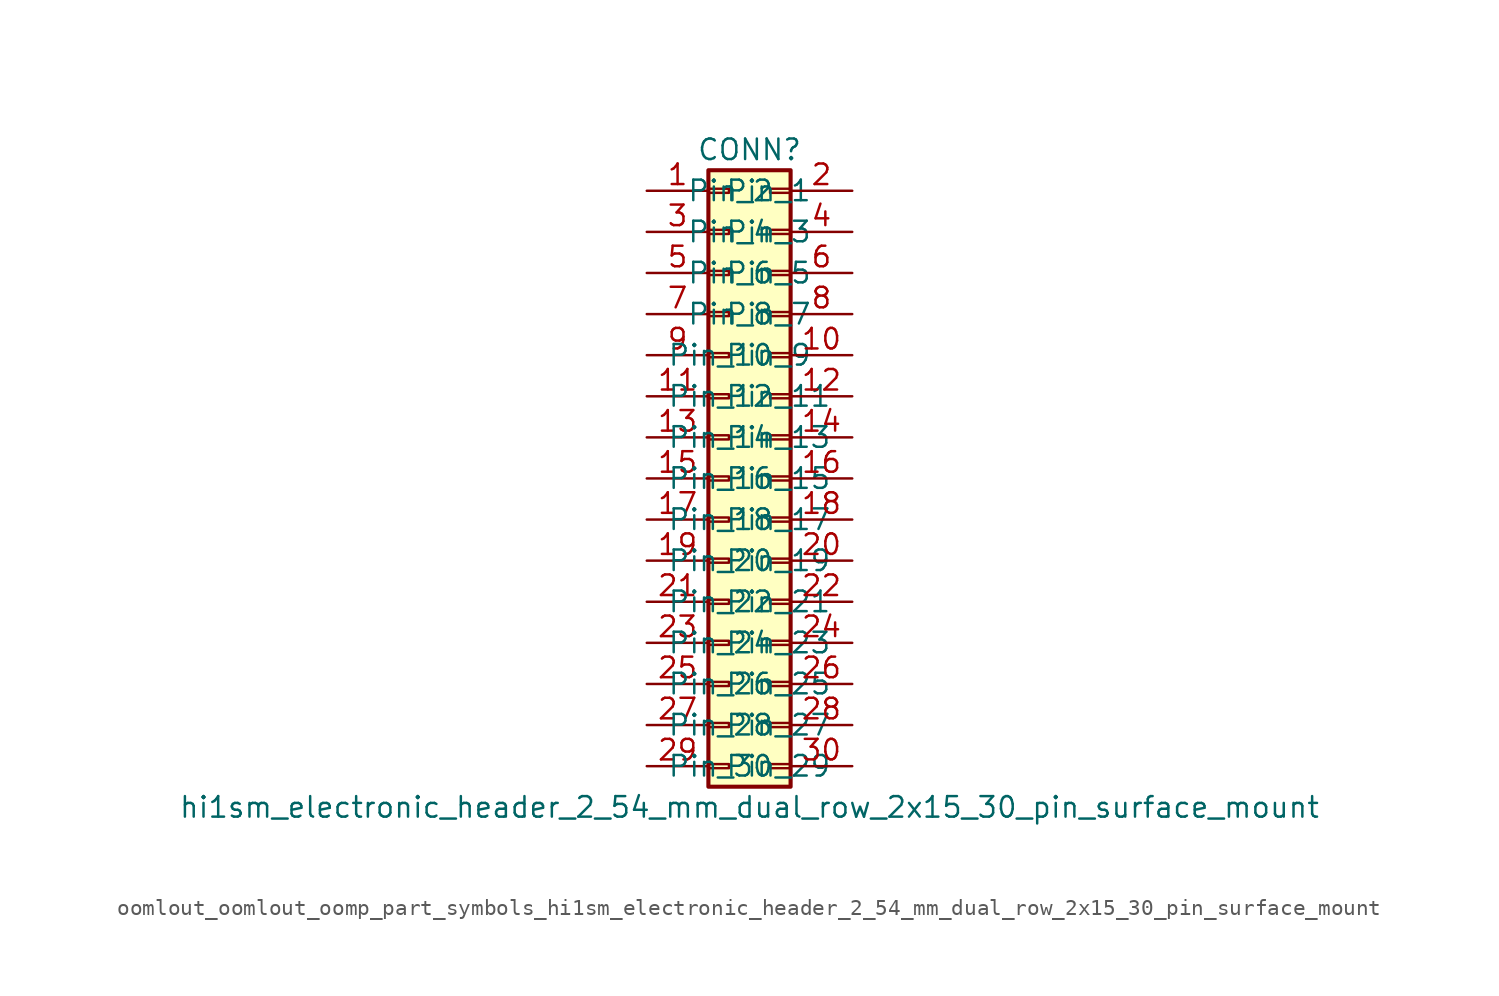
<source format=kicad_sym>
(kicad_symbol_lib
  (version 20220914)
  (generator kicad_symbol_editor)
  (symbol "oomlout_oomlout_oomp_part_symbols_hi1sm_electronic_header_2_54_mm_dual_row_2x15_30_pin_surface_mount"
    (pin_names
      (offset 1.016))
    (property "Reference" "CONN"
      (at 1.27 20.32 0)
      (effects (font (size 1.27 1.27))))
    (property "Value" "hi1sm_electronic_header_2_54_mm_dual_row_2x15_30_pin_surface_mount"
      (at 1.27 -20.32 0)
      (effects (font (size 1.27 1.27))))
    (symbol "oomlout_oomlout_oomp_part_symbols_hi1sm_electronic_header_2_54_mm_dual_row_2x15_30_pin_surface_mount_1_1"
      (rectangle (start -1.27 -17.653) (end 0 -17.907) (stroke (width 0.152) (type default)) (fill (type none)))
      (rectangle (start -1.27 -15.113) (end 0 -15.367) (stroke (width 0.152) (type default)) (fill (type none)))
      (rectangle (start -1.27 -12.573) (end 0 -12.827) (stroke (width 0.152) (type default)) (fill (type none)))
      (rectangle (start -1.27 -10.033) (end 0 -10.287) (stroke (width 0.152) (type default)) (fill (type none)))
      (rectangle (start -1.27 -7.493) (end 0 -7.747) (stroke (width 0.152) (type default)) (fill (type none)))
      (rectangle (start -1.27 -4.953) (end 0 -5.207) (stroke (width 0.152) (type default)) (fill (type none)))
      (rectangle (start -1.27 -2.413) (end 0 -2.667) (stroke (width 0.152) (type default)) (fill (type none)))
      (rectangle (start -1.27 0.127) (end 0 -0.127) (stroke (width 0.152) (type default)) (fill (type none)))
      (rectangle (start -1.27 2.667) (end 0 2.413) (stroke (width 0.152) (type default)) (fill (type none)))
      (rectangle (start -1.27 5.207) (end 0 4.953) (stroke (width 0.152) (type default)) (fill (type none)))
      (rectangle (start -1.27 7.747) (end 0 7.493) (stroke (width 0.152) (type default)) (fill (type none)))
      (rectangle (start -1.27 10.287) (end 0 10.033) (stroke (width 0.152) (type default)) (fill (type none)))
      (rectangle (start -1.27 12.827) (end 0 12.573) (stroke (width 0.152) (type default)) (fill (type none)))
      (rectangle (start -1.27 15.367) (end 0 15.113) (stroke (width 0.152) (type default)) (fill (type none)))
      (rectangle (start -1.27 17.907) (end 0 17.653) (stroke (width 0.152) (type default)) (fill (type none)))
      (rectangle (start -1.27 19.05) (end 3.81 -19.05) (stroke (width 0.254) (type default)) (fill (type background)))
      (rectangle (start 3.81 -17.653) (end 2.54 -17.907) (stroke (width 0.152) (type default)) (fill (type none)))
      (rectangle (start 3.81 -15.113) (end 2.54 -15.367) (stroke (width 0.152) (type default)) (fill (type none)))
      (rectangle (start 3.81 -12.573) (end 2.54 -12.827) (stroke (width 0.152) (type default)) (fill (type none)))
      (rectangle (start 3.81 -10.033) (end 2.54 -10.287) (stroke (width 0.152) (type default)) (fill (type none)))
      (rectangle (start 3.81 -7.493) (end 2.54 -7.747) (stroke (width 0.152) (type default)) (fill (type none)))
      (rectangle (start 3.81 -4.953) (end 2.54 -5.207) (stroke (width 0.152) (type default)) (fill (type none)))
      (rectangle (start 3.81 -2.413) (end 2.54 -2.667) (stroke (width 0.152) (type default)) (fill (type none)))
      (rectangle (start 3.81 0.127) (end 2.54 -0.127) (stroke (width 0.152) (type default)) (fill (type none)))
      (rectangle (start 3.81 2.667) (end 2.54 2.413) (stroke (width 0.152) (type default)) (fill (type none)))
      (rectangle (start 3.81 5.207) (end 2.54 4.953) (stroke (width 0.152) (type default)) (fill (type none)))
      (rectangle (start 3.81 7.747) (end 2.54 7.493) (stroke (width 0.152) (type default)) (fill (type none)))
      (rectangle (start 3.81 10.287) (end 2.54 10.033) (stroke (width 0.152) (type default)) (fill (type none)))
      (rectangle (start 3.81 12.827) (end 2.54 12.573) (stroke (width 0.152) (type default)) (fill (type none)))
      (rectangle (start 3.81 15.367) (end 2.54 15.113) (stroke (width 0.152) (type default)) (fill (type none)))
      (rectangle (start 3.81 17.907) (end 2.54 17.653) (stroke (width 0.152) (type default)) (fill (type none)))
      (pin passive line (at -5.08 17.78 0) (length 3.81) (name "Pin_1" (effects (font (size 1.27 1.27)))) (number "1" (effects (font (size 1.27 1.27)))))
      (pin passive line (at 7.62 7.62 180) (length 3.81) (name "Pin_10" (effects (font (size 1.27 1.27)))) (number "10" (effects (font (size 1.27 1.27)))))
      (pin passive line (at -5.08 5.08 0) (length 3.81) (name "Pin_11" (effects (font (size 1.27 1.27)))) (number "11" (effects (font (size 1.27 1.27)))))
      (pin passive line (at 7.62 5.08 180) (length 3.81) (name "Pin_12" (effects (font (size 1.27 1.27)))) (number "12" (effects (font (size 1.27 1.27)))))
      (pin passive line (at -5.08 2.54 0) (length 3.81) (name "Pin_13" (effects (font (size 1.27 1.27)))) (number "13" (effects (font (size 1.27 1.27)))))
      (pin passive line (at 7.62 2.54 180) (length 3.81) (name "Pin_14" (effects (font (size 1.27 1.27)))) (number "14" (effects (font (size 1.27 1.27)))))
      (pin passive line (at -5.08 0 0) (length 3.81) (name "Pin_15" (effects (font (size 1.27 1.27)))) (number "15" (effects (font (size 1.27 1.27)))))
      (pin passive line (at 7.62 0 180) (length 3.81) (name "Pin_16" (effects (font (size 1.27 1.27)))) (number "16" (effects (font (size 1.27 1.27)))))
      (pin passive line (at -5.08 -2.54 0) (length 3.81) (name "Pin_17" (effects (font (size 1.27 1.27)))) (number "17" (effects (font (size 1.27 1.27)))))
      (pin passive line (at 7.62 -2.54 180) (length 3.81) (name "Pin_18" (effects (font (size 1.27 1.27)))) (number "18" (effects (font (size 1.27 1.27)))))
      (pin passive line (at -5.08 -5.08 0) (length 3.81) (name "Pin_19" (effects (font (size 1.27 1.27)))) (number "19" (effects (font (size 1.27 1.27)))))
      (pin passive line (at 7.62 17.78 180) (length 3.81) (name "Pin_2" (effects (font (size 1.27 1.27)))) (number "2" (effects (font (size 1.27 1.27)))))
      (pin passive line (at 7.62 -5.08 180) (length 3.81) (name "Pin_20" (effects (font (size 1.27 1.27)))) (number "20" (effects (font (size 1.27 1.27)))))
      (pin passive line (at -5.08 -7.62 0) (length 3.81) (name "Pin_21" (effects (font (size 1.27 1.27)))) (number "21" (effects (font (size 1.27 1.27)))))
      (pin passive line (at 7.62 -7.62 180) (length 3.81) (name "Pin_22" (effects (font (size 1.27 1.27)))) (number "22" (effects (font (size 1.27 1.27)))))
      (pin passive line (at -5.08 -10.16 0) (length 3.81) (name "Pin_23" (effects (font (size 1.27 1.27)))) (number "23" (effects (font (size 1.27 1.27)))))
      (pin passive line (at 7.62 -10.16 180) (length 3.81) (name "Pin_24" (effects (font (size 1.27 1.27)))) (number "24" (effects (font (size 1.27 1.27)))))
      (pin passive line (at -5.08 -12.7 0) (length 3.81) (name "Pin_25" (effects (font (size 1.27 1.27)))) (number "25" (effects (font (size 1.27 1.27)))))
      (pin passive line (at 7.62 -12.7 180) (length 3.81) (name "Pin_26" (effects (font (size 1.27 1.27)))) (number "26" (effects (font (size 1.27 1.27)))))
      (pin passive line (at -5.08 -15.24 0) (length 3.81) (name "Pin_27" (effects (font (size 1.27 1.27)))) (number "27" (effects (font (size 1.27 1.27)))))
      (pin passive line (at 7.62 -15.24 180) (length 3.81) (name "Pin_28" (effects (font (size 1.27 1.27)))) (number "28" (effects (font (size 1.27 1.27)))))
      (pin passive line (at -5.08 -17.78 0) (length 3.81) (name "Pin_29" (effects (font (size 1.27 1.27)))) (number "29" (effects (font (size 1.27 1.27)))))
      (pin passive line (at -5.08 15.24 0) (length 3.81) (name "Pin_3" (effects (font (size 1.27 1.27)))) (number "3" (effects (font (size 1.27 1.27)))))
      (pin passive line (at 7.62 -17.78 180) (length 3.81) (name "Pin_30" (effects (font (size 1.27 1.27)))) (number "30" (effects (font (size 1.27 1.27)))))
      (pin passive line (at 7.62 15.24 180) (length 3.81) (name "Pin_4" (effects (font (size 1.27 1.27)))) (number "4" (effects (font (size 1.27 1.27)))))
      (pin passive line (at -5.08 12.7 0) (length 3.81) (name "Pin_5" (effects (font (size 1.27 1.27)))) (number "5" (effects (font (size 1.27 1.27)))))
      (pin passive line (at 7.62 12.7 180) (length 3.81) (name "Pin_6" (effects (font (size 1.27 1.27)))) (number "6" (effects (font (size 1.27 1.27)))))
      (pin passive line (at -5.08 10.16 0) (length 3.81) (name "Pin_7" (effects (font (size 1.27 1.27)))) (number "7" (effects (font (size 1.27 1.27)))))
      (pin passive line (at 7.62 10.16 180) (length 3.81) (name "Pin_8" (effects (font (size 1.27 1.27)))) (number "8" (effects (font (size 1.27 1.27)))))
      (pin passive line (at -5.08 7.62 0) (length 3.81) (name "Pin_9" (effects (font (size 1.27 1.27)))) (number "9" (effects (font (size 1.27 1.27))))))))
</source>
